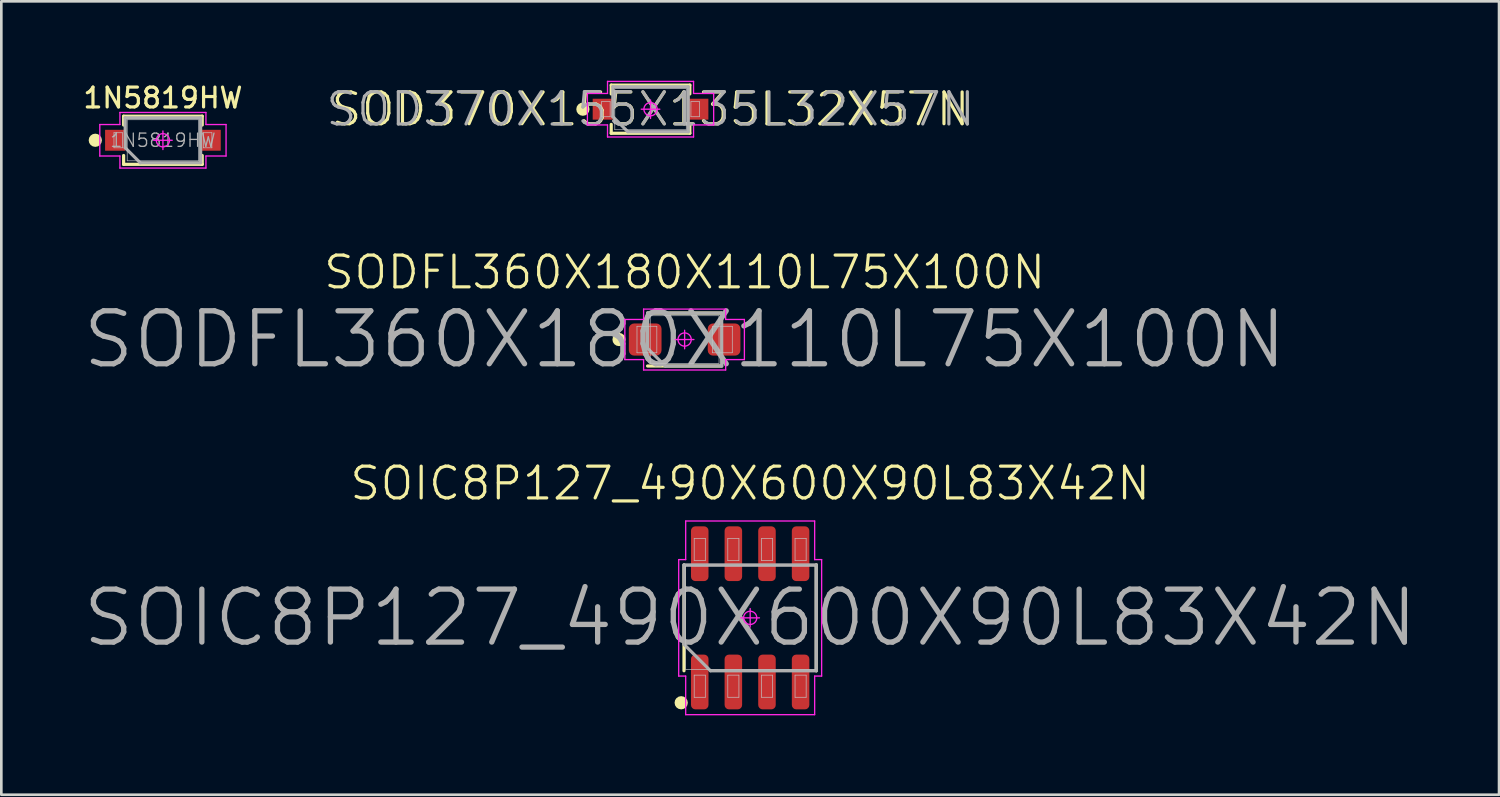
<source format=kicad_pcb>
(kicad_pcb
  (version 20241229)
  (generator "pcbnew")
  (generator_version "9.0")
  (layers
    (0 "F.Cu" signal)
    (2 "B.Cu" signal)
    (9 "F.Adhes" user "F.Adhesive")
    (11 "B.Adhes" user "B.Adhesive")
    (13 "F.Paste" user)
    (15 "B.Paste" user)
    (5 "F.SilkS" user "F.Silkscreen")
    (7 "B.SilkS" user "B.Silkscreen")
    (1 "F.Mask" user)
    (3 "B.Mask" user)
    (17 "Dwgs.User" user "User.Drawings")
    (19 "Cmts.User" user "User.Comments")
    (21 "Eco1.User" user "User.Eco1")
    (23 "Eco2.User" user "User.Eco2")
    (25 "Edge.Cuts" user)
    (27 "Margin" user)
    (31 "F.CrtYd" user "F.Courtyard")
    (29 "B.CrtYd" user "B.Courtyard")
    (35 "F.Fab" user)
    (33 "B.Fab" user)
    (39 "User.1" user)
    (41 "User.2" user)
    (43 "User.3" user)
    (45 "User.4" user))
  (footprint "SODFL360X180X110L75X100N"
    (layer "F.Cu")
    (at 22.814 9.777)
    (property "Reference" "SODFL360X180X110L75X100N" (at 0 -2.54 0) (layer "F.SilkS") (effects (font (size 1.2 1.2) (thickness 0.12))))
    (attr smd)
    (fp_line (start -1.4 -1) (end 1.4 -1) (stroke (width 0.12) (type solid)) (layer "F.SilkS"))
    (fp_line (start 1.4 1) (end -1.4 1) (stroke (width 0.12) (type solid)) (layer "F.SilkS"))
    (fp_circle (center -2.478 0) (end -2.478 0.125) (stroke (width 0.25) (type solid)) (fill no) (layer "F.SilkS"))
    (fp_line (start -1.8 -0.5) (end -1.05 -0.5) (stroke (width 0.025) (type solid)) (layer "Dwgs.User"))
    (fp_line (start -1.8 0.5) (end -1.8 -0.5) (stroke (width 0.025) (type solid)) (layer "Dwgs.User"))
    (fp_line (start -1.3 -0.9) (end 1.3 -0.9) (stroke (width 0.025) (type solid)) (layer "Dwgs.User"))
    (fp_line (start -1.3 0.9) (end -1.3 -0.9) (stroke (width 0.025) (type solid)) (layer "Dwgs.User"))
    (fp_line (start -1.05 -0.5) (end -1.05 0.5) (stroke (width 0.025) (type solid)) (layer "Dwgs.User"))
    (fp_line (start -1.05 0.5) (end -1.8 0.5) (stroke (width 0.025) (type solid)) (layer "Dwgs.User"))
    (fp_line (start 1.05 -0.5) (end 1.8 -0.5) (stroke (width 0.025) (type solid)) (layer "Dwgs.User"))
    (fp_line (start 1.05 0.5) (end 1.05 -0.5) (stroke (width 0.025) (type solid)) (layer "Dwgs.User"))
    (fp_line (start 1.3 -0.9) (end 1.3 0.9) (stroke (width 0.025) (type solid)) (layer "Dwgs.User"))
    (fp_line (start 1.3 0.9) (end -1.3 0.9) (stroke (width 0.025) (type solid)) (layer "Dwgs.User"))
    (fp_line (start 1.8 -0.5) (end 1.8 0.5) (stroke (width 0.025) (type solid)) (layer "Dwgs.User"))
    (fp_line (start 1.8 0.5) (end 1.05 0.5) (stroke (width 0.025) (type solid)) (layer "Dwgs.User"))
    (fp_line (start -2.258 -0.758) (end -2.258 0.758) (stroke (width 0.05) (type solid)) (layer "F.CrtYd"))
    (fp_line (start -2.258 0.758) (end -1.55 0.758) (stroke (width 0.05) (type solid)) (layer "F.CrtYd"))
    (fp_line (start -1.55 -1.15) (end -1.55 -0.758) (stroke (width 0.05) (type solid)) (layer "F.CrtYd"))
    (fp_line (start -1.55 -0.758) (end -2.258 -0.758) (stroke (width 0.05) (type solid)) (layer "F.CrtYd"))
    (fp_line (start -1.55 0.758) (end -1.55 1.15) (stroke (width 0.05) (type solid)) (layer "F.CrtYd"))
    (fp_line (start -1.55 1.15) (end 1.55 1.15) (stroke (width 0.05) (type solid)) (layer "F.CrtYd"))
    (fp_line (start 0 -0.35) (end 0 0.35) (stroke (width 0.05) (type solid)) (layer "F.CrtYd"))
    (fp_line (start 0.35 0) (end -0.35 0) (stroke (width 0.05) (type solid)) (layer "F.CrtYd"))
    (fp_line (start 1.55 -1.15) (end -1.55 -1.15) (stroke (width 0.05) (type solid)) (layer "F.CrtYd"))
    (fp_line (start 1.55 -0.758) (end 1.55 -1.15) (stroke (width 0.05) (type solid)) (layer "F.CrtYd"))
    (fp_line (start 1.55 0.758) (end 2.258 0.758) (stroke (width 0.05) (type solid)) (layer "F.CrtYd"))
    (fp_line (start 1.55 1.15) (end 1.55 0.758) (stroke (width 0.05) (type solid)) (layer "F.CrtYd"))
    (fp_line (start 2.258 -0.758) (end 1.55 -0.758) (stroke (width 0.05) (type solid)) (layer "F.CrtYd"))
    (fp_line (start 2.258 0.758) (end 2.258 -0.758) (stroke (width 0.05) (type solid)) (layer "F.CrtYd"))
    (fp_circle (center 0 0) (end 0 0.25) (stroke (width 0.05) (type solid)) (fill no) (layer "F.CrtYd"))
    (fp_line (start -1.4 -1) (end -1.4 0.333) (stroke (width 0.12) (type solid)) (layer "F.Fab"))
    (fp_line (start -1.4 0.333) (end -0.733 1) (stroke (width 0.12) (type solid)) (layer "F.Fab"))
    (fp_line (start -0.733 1) (end 1.4 1) (stroke (width 0.12) (type solid)) (layer "F.Fab"))
    (fp_line (start 1.4 -1) (end -1.4 -1) (stroke (width 0.12) (type solid)) (layer "F.Fab"))
    (fp_line (start 1.4 1) (end 1.4 -1) (stroke (width 0.12) (type solid)) (layer "F.Fab"))
    (fp_text user "${REFERENCE}" (at 0 0 0) (layer "F.Fab") (effects (font (size 2 2) (thickness 0.2))))
    (pad "A" smd roundrect (at 1.49 0) (size 1.235 1.215) (layers "F.Cu" "F.Mask" "F.Paste") (roundrect_rratio 0.165))
    (pad "C" smd roundrect (at -1.49 0) (size 1.235 1.215) (layers "F.Cu" "F.Mask" "F.Paste") (roundrect_rratio 0.165)))
  (footprint "SOD370X155X135L32X57N"
    (layer "F.Cu")
    (at 21.526 1.075)
    (property "Reference" "SOD370X155X135L32X57N" (at 0 0 0) (layer "F.SilkS") (effects (font (size 1.2 1.2) (thickness 0.12))))
    (attr smd)
    (fp_line (start -1.485 -0.91) (end -1.485 -0.575) (stroke (width 0.12) (type solid)) (layer "F.SilkS"))
    (fp_line (start -1.485 0.91) (end -1.485 0.575) (stroke (width 0.12) (type solid)) (layer "F.SilkS"))
    (fp_line (start 1.485 -0.91) (end -1.485 -0.91) (stroke (width 0.12) (type solid)) (layer "F.SilkS"))
    (fp_line (start 1.485 -0.575) (end 1.485 -0.91) (stroke (width 0.12) (type solid)) (layer "F.SilkS"))
    (fp_line (start 1.485 0.575) (end 1.485 0.91) (stroke (width 0.12) (type solid)) (layer "F.SilkS"))
    (fp_line (start 1.485 0.91) (end -1.485 0.91) (stroke (width 0.12) (type solid)) (layer "F.SilkS"))
    (fp_circle (center -2.555 0) (end -2.555 0.125) (stroke (width 0.25) (type solid)) (fill no) (layer "F.SilkS"))
    (fp_line (start -1.85 -0.285) (end -1.526 -0.285) (stroke (width 0.025) (type solid)) (layer "Dwgs.User"))
    (fp_line (start -1.85 0.285) (end -1.85 -0.285) (stroke (width 0.025) (type solid)) (layer "Dwgs.User"))
    (fp_line (start -1.526 -0.285) (end -1.526 0.285) (stroke (width 0.025) (type solid)) (layer "Dwgs.User"))
    (fp_line (start -1.526 0.285) (end -1.85 0.285) (stroke (width 0.025) (type solid)) (layer "Dwgs.User"))
    (fp_line (start -1.35 -0.775) (end 1.35 -0.775) (stroke (width 0.025) (type solid)) (layer "Dwgs.User"))
    (fp_line (start -1.35 0.775) (end -1.35 -0.775) (stroke (width 0.025) (type solid)) (layer "Dwgs.User"))
    (fp_line (start 1.35 -0.775) (end 1.35 0.775) (stroke (width 0.025) (type solid)) (layer "Dwgs.User"))
    (fp_line (start 1.35 0.775) (end -1.35 0.775) (stroke (width 0.025) (type solid)) (layer "Dwgs.User"))
    (fp_line (start 1.526 -0.285) (end 1.85 -0.285) (stroke (width 0.025) (type solid)) (layer "Dwgs.User"))
    (fp_line (start 1.526 0.285) (end 1.526 -0.285) (stroke (width 0.025) (type solid)) (layer "Dwgs.User"))
    (fp_line (start 1.85 -0.285) (end 1.85 0.285) (stroke (width 0.025) (type solid)) (layer "Dwgs.User"))
    (fp_line (start 1.85 0.285) (end 1.526 0.285) (stroke (width 0.025) (type solid)) (layer "Dwgs.User"))
    (fp_line (start -2.385 -0.595) (end -2.385 0.595) (stroke (width 0.05) (type solid)) (layer "F.CrtYd"))
    (fp_line (start -2.385 0.595) (end -1.625 0.595) (stroke (width 0.05) (type solid)) (layer "F.CrtYd"))
    (fp_line (start -1.625 -1.05) (end -1.625 -0.595) (stroke (width 0.05) (type solid)) (layer "F.CrtYd"))
    (fp_line (start -1.625 -0.595) (end -2.385 -0.595) (stroke (width 0.05) (type solid)) (layer "F.CrtYd"))
    (fp_line (start -1.625 0.595) (end -1.625 1.05) (stroke (width 0.05) (type solid)) (layer "F.CrtYd"))
    (fp_line (start -1.625 1.05) (end 1.625 1.05) (stroke (width 0.05) (type solid)) (layer "F.CrtYd"))
    (fp_line (start 0 -0.35) (end 0 0.35) (stroke (width 0.05) (type solid)) (layer "F.CrtYd"))
    (fp_line (start 0.35 0) (end -0.35 0) (stroke (width 0.05) (type solid)) (layer "F.CrtYd"))
    (fp_line (start 1.625 -1.05) (end -1.625 -1.05) (stroke (width 0.05) (type solid)) (layer "F.CrtYd"))
    (fp_line (start 1.625 -0.595) (end 1.625 -1.05) (stroke (width 0.05) (type solid)) (layer "F.CrtYd"))
    (fp_line (start 1.625 0.595) (end 2.385 0.595) (stroke (width 0.05) (type solid)) (layer "F.CrtYd"))
    (fp_line (start 1.625 1.05) (end 1.625 0.595) (stroke (width 0.05) (type solid)) (layer "F.CrtYd"))
    (fp_line (start 2.385 -0.595) (end 1.625 -0.595) (stroke (width 0.05) (type solid)) (layer "F.CrtYd"))
    (fp_line (start 2.385 0.595) (end 2.385 -0.595) (stroke (width 0.05) (type solid)) (layer "F.CrtYd"))
    (fp_circle (center 0 0) (end 0 0.25) (stroke (width 0.05) (type solid)) (fill no) (layer "F.CrtYd"))
    (fp_line (start -1.425 -0.85) (end -1.425 0.283) (stroke (width 0.12) (type solid)) (layer "F.Fab"))
    (fp_line (start -1.425 0.283) (end -0.858 0.85) (stroke (width 0.12) (type solid)) (layer "F.Fab"))
    (fp_line (start -0.858 0.85) (end 1.425 0.85) (stroke (width 0.12) (type solid)) (layer "F.Fab"))
    (fp_line (start 1.425 -0.85) (end -1.425 -0.85) (stroke (width 0.12) (type solid)) (layer "F.Fab"))
    (fp_line (start 1.425 0.85) (end 1.425 -0.85) (stroke (width 0.12) (type solid)) (layer "F.Fab"))
    (fp_text user "${REFERENCE}" (at 0 0 0) (layer "F.Fab") (effects (font (size 1.22 1.22) (thickness 0.12))))
    (pad "A" smd rect (at 1.805 0) (size 0.76 0.79) (layers "F.Cu" "F.Mask" "F.Paste"))
    (pad "C" smd rect (at -1.805 0) (size 0.76 0.79) (layers "F.Cu" "F.Mask" "F.Paste")))
  (footprint "1N5819HW"
    (layer "F.Cu")
    (at 3.105 2.249)
    (property "Reference" "1N5819HW" (at 0 -1.6 0) (layer "F.SilkS") (effects (font (size 0.75 0.75) (thickness 0.12))))
    (attr smd)
    (fp_line (start -1.485 -0.91) (end -1.485 -0.575) (stroke (width 0.12) (type solid)) (layer "F.SilkS"))
    (fp_line (start -1.485 0.91) (end -1.485 0.575) (stroke (width 0.12) (type solid)) (layer "F.SilkS"))
    (fp_line (start 1.485 -0.91) (end -1.485 -0.91) (stroke (width 0.12) (type solid)) (layer "F.SilkS"))
    (fp_line (start 1.485 -0.575) (end 1.485 -0.91) (stroke (width 0.12) (type solid)) (layer "F.SilkS"))
    (fp_line (start 1.485 0.575) (end 1.485 0.91) (stroke (width 0.12) (type solid)) (layer "F.SilkS"))
    (fp_line (start 1.485 0.91) (end -1.485 0.91) (stroke (width 0.12) (type solid)) (layer "F.SilkS"))
    (fp_circle (center -2.555 0) (end -2.555 0.125) (stroke (width 0.25) (type solid)) (fill no) (layer "F.SilkS"))
    (fp_line (start -1.85 -0.285) (end -1.526 -0.285) (stroke (width 0.025) (type solid)) (layer "Dwgs.User"))
    (fp_line (start -1.85 0.285) (end -1.85 -0.285) (stroke (width 0.025) (type solid)) (layer "Dwgs.User"))
    (fp_line (start -1.526 -0.285) (end -1.526 0.285) (stroke (width 0.025) (type solid)) (layer "Dwgs.User"))
    (fp_line (start -1.526 0.285) (end -1.85 0.285) (stroke (width 0.025) (type solid)) (layer "Dwgs.User"))
    (fp_line (start -1.35 -0.775) (end 1.35 -0.775) (stroke (width 0.025) (type solid)) (layer "Dwgs.User"))
    (fp_line (start -1.35 0.775) (end -1.35 -0.775) (stroke (width 0.025) (type solid)) (layer "Dwgs.User"))
    (fp_line (start 1.35 -0.775) (end 1.35 0.775) (stroke (width 0.025) (type solid)) (layer "Dwgs.User"))
    (fp_line (start 1.35 0.775) (end -1.35 0.775) (stroke (width 0.025) (type solid)) (layer "Dwgs.User"))
    (fp_line (start 1.526 -0.285) (end 1.85 -0.285) (stroke (width 0.025) (type solid)) (layer "Dwgs.User"))
    (fp_line (start 1.526 0.285) (end 1.526 -0.285) (stroke (width 0.025) (type solid)) (layer "Dwgs.User"))
    (fp_line (start 1.85 -0.285) (end 1.85 0.285) (stroke (width 0.025) (type solid)) (layer "Dwgs.User"))
    (fp_line (start 1.85 0.285) (end 1.526 0.285) (stroke (width 0.025) (type solid)) (layer "Dwgs.User"))
    (fp_line (start -2.385 -0.595) (end -2.385 0.595) (stroke (width 0.05) (type solid)) (layer "F.CrtYd"))
    (fp_line (start -2.385 0.595) (end -1.625 0.595) (stroke (width 0.05) (type solid)) (layer "F.CrtYd"))
    (fp_line (start -1.625 -1.05) (end -1.625 -0.595) (stroke (width 0.05) (type solid)) (layer "F.CrtYd"))
    (fp_line (start -1.625 -0.595) (end -2.385 -0.595) (stroke (width 0.05) (type solid)) (layer "F.CrtYd"))
    (fp_line (start -1.625 0.595) (end -1.625 1.05) (stroke (width 0.05) (type solid)) (layer "F.CrtYd"))
    (fp_line (start -1.625 1.05) (end 1.625 1.05) (stroke (width 0.05) (type solid)) (layer "F.CrtYd"))
    (fp_line (start 0 -0.35) (end 0 0.35) (stroke (width 0.05) (type solid)) (layer "F.CrtYd"))
    (fp_line (start 0.35 0) (end -0.35 0) (stroke (width 0.05) (type solid)) (layer "F.CrtYd"))
    (fp_line (start 1.625 -1.05) (end -1.625 -1.05) (stroke (width 0.05) (type solid)) (layer "F.CrtYd"))
    (fp_line (start 1.625 -0.595) (end 1.625 -1.05) (stroke (width 0.05) (type solid)) (layer "F.CrtYd"))
    (fp_line (start 1.625 0.595) (end 2.385 0.595) (stroke (width 0.05) (type solid)) (layer "F.CrtYd"))
    (fp_line (start 1.625 1.05) (end 1.625 0.595) (stroke (width 0.05) (type solid)) (layer "F.CrtYd"))
    (fp_line (start 2.385 -0.595) (end 1.625 -0.595) (stroke (width 0.05) (type solid)) (layer "F.CrtYd"))
    (fp_line (start 2.385 0.595) (end 2.385 -0.595) (stroke (width 0.05) (type solid)) (layer "F.CrtYd"))
    (fp_circle (center 0 0) (end 0 0.25) (stroke (width 0.05) (type solid)) (fill no) (layer "F.CrtYd"))
    (fp_line (start -1.425 -0.85) (end -1.425 0.283) (stroke (width 0.12) (type solid)) (layer "F.Fab"))
    (fp_line (start -1.425 0.283) (end -0.858 0.85) (stroke (width 0.12) (type solid)) (layer "F.Fab"))
    (fp_line (start -0.858 0.85) (end 1.425 0.85) (stroke (width 0.12) (type solid)) (layer "F.Fab"))
    (fp_line (start 1.425 -0.85) (end -1.425 -0.85) (stroke (width 0.12) (type solid)) (layer "F.Fab"))
    (fp_line (start 1.425 0.85) (end 1.425 -0.85) (stroke (width 0.12) (type solid)) (layer "F.Fab"))
    (fp_text user "${REFERENCE}" (at 0 0 0) (layer "F.Fab") (effects (font (size 0.5 0.5) (thickness 0.05))))
    (pad "1" smd rect (at -1.805 0) (size 0.76 0.79) (layers "F.Cu" "F.Mask" "F.Paste"))
    (pad "2" smd rect (at 1.805 0) (size 0.76 0.79) (layers "F.Cu" "F.Mask" "F.Paste")))
  (footprint "SOIC8P127_490X600X90L83X42N"
    (layer "F.Cu")
    (at 25.29 20.291)
    (property "Reference" "SOIC8P127_490X600X90L83X42N" (at 0 -5.08 0) (layer "F.SilkS") (effects (font (size 1.2 1.2) (thickness 0.12))))
    (attr smd)
    (fp_line (start -2.5 2) (end -2.5 -2) (stroke (width 0.12) (type solid)) (layer "F.SilkS"))
    (fp_line (start 2.5 2) (end 2.5 -2) (stroke (width 0.12) (type solid)) (layer "F.SilkS"))
    (fp_circle (center -2.606 3.208) (end -2.606 3.333) (stroke (width 0.25) (type solid)) (fill no) (layer "F.SilkS"))
    (fp_line (start -2.45 -1.95) (end 2.45 -1.95) (stroke (width 0.025) (type solid)) (layer "Dwgs.User"))
    (fp_line (start -2.45 1.95) (end -2.45 -1.95) (stroke (width 0.025) (type solid)) (layer "Dwgs.User"))
    (fp_line (start -2.115 -3) (end -1.695 -3) (stroke (width 0.025) (type solid)) (layer "Dwgs.User"))
    (fp_line (start -2.115 -2.164) (end -2.115 -3) (stroke (width 0.025) (type solid)) (layer "Dwgs.User"))
    (fp_line (start -2.115 2.164) (end -1.695 2.164) (stroke (width 0.025) (type solid)) (layer "Dwgs.User"))
    (fp_line (start -2.115 3) (end -2.115 2.164) (stroke (width 0.025) (type solid)) (layer "Dwgs.User"))
    (fp_line (start -1.695 -3) (end -1.695 -2.164) (stroke (width 0.025) (type solid)) (layer "Dwgs.User"))
    (fp_line (start -1.695 -2.164) (end -2.115 -2.164) (stroke (width 0.025) (type solid)) (layer "Dwgs.User"))
    (fp_line (start -1.695 2.164) (end -1.695 3) (stroke (width 0.025) (type solid)) (layer "Dwgs.User"))
    (fp_line (start -1.695 3) (end -2.115 3) (stroke (width 0.025) (type solid)) (layer "Dwgs.User"))
    (fp_line (start -0.845 -3) (end -0.425 -3) (stroke (width 0.025) (type solid)) (layer "Dwgs.User"))
    (fp_line (start -0.845 -2.164) (end -0.845 -3) (stroke (width 0.025) (type solid)) (layer "Dwgs.User"))
    (fp_line (start -0.845 2.164) (end -0.425 2.164) (stroke (width 0.025) (type solid)) (layer "Dwgs.User"))
    (fp_line (start -0.845 3) (end -0.845 2.164) (stroke (width 0.025) (type solid)) (layer "Dwgs.User"))
    (fp_line (start -0.425 -3) (end -0.425 -2.164) (stroke (width 0.025) (type solid)) (layer "Dwgs.User"))
    (fp_line (start -0.425 -2.164) (end -0.845 -2.164) (stroke (width 0.025) (type solid)) (layer "Dwgs.User"))
    (fp_line (start -0.425 2.164) (end -0.425 3) (stroke (width 0.025) (type solid)) (layer "Dwgs.User"))
    (fp_line (start -0.425 3) (end -0.845 3) (stroke (width 0.025) (type solid)) (layer "Dwgs.User"))
    (fp_line (start 0.425 -3) (end 0.845 -3) (stroke (width 0.025) (type solid)) (layer "Dwgs.User"))
    (fp_line (start 0.425 -2.164) (end 0.425 -3) (stroke (width 0.025) (type solid)) (layer "Dwgs.User"))
    (fp_line (start 0.425 2.164) (end 0.845 2.164) (stroke (width 0.025) (type solid)) (layer "Dwgs.User"))
    (fp_line (start 0.425 3) (end 0.425 2.164) (stroke (width 0.025) (type solid)) (layer "Dwgs.User"))
    (fp_line (start 0.845 -3) (end 0.845 -2.164) (stroke (width 0.025) (type solid)) (layer "Dwgs.User"))
    (fp_line (start 0.845 -2.164) (end 0.425 -2.164) (stroke (width 0.025) (type solid)) (layer "Dwgs.User"))
    (fp_line (start 0.845 2.164) (end 0.845 3) (stroke (width 0.025) (type solid)) (layer "Dwgs.User"))
    (fp_line (start 0.845 3) (end 0.425 3) (stroke (width 0.025) (type solid)) (layer "Dwgs.User"))
    (fp_line (start 1.695 -3.001) (end 2.115 -3.001) (stroke (width 0.025) (type solid)) (layer "Dwgs.User"))
    (fp_line (start 1.695 -2.165) (end 1.695 -3.001) (stroke (width 0.025) (type solid)) (layer "Dwgs.User"))
    (fp_line (start 1.695 2.165) (end 2.115 2.165) (stroke (width 0.025) (type solid)) (layer "Dwgs.User"))
    (fp_line (start 1.695 3.001) (end 1.695 2.165) (stroke (width 0.025) (type solid)) (layer "Dwgs.User"))
    (fp_line (start 2.115 -3.001) (end 2.115 -2.165) (stroke (width 0.025) (type solid)) (layer "Dwgs.User"))
    (fp_line (start 2.115 -2.165) (end 1.695 -2.165) (stroke (width 0.025) (type solid)) (layer "Dwgs.User"))
    (fp_line (start 2.115 2.165) (end 2.115 3.001) (stroke (width 0.025) (type solid)) (layer "Dwgs.User"))
    (fp_line (start 2.115 3.001) (end 1.695 3.001) (stroke (width 0.025) (type solid)) (layer "Dwgs.User"))
    (fp_line (start 2.45 -1.95) (end 2.45 1.95) (stroke (width 0.025) (type solid)) (layer "Dwgs.User"))
    (fp_line (start 2.45 1.95) (end -2.45 1.95) (stroke (width 0.025) (type solid)) (layer "Dwgs.User"))
    (fp_line (start -2.7 -2.2) (end -2.7 2.2) (stroke (width 0.05) (type solid)) (layer "F.CrtYd"))
    (fp_line (start -2.7 2.2) (end -2.436 2.2) (stroke (width 0.05) (type solid)) (layer "F.CrtYd"))
    (fp_line (start -2.436 -3.658) (end -2.436 -2.2) (stroke (width 0.05) (type solid)) (layer "F.CrtYd"))
    (fp_line (start -2.436 -2.2) (end -2.7 -2.2) (stroke (width 0.05) (type solid)) (layer "F.CrtYd"))
    (fp_line (start -2.436 2.2) (end -2.436 3.658) (stroke (width 0.05) (type solid)) (layer "F.CrtYd"))
    (fp_line (start -2.436 3.658) (end 2.436 3.658) (stroke (width 0.05) (type solid)) (layer "F.CrtYd"))
    (fp_line (start -0.35 0) (end 0.35 0) (stroke (width 0.05) (type solid)) (layer "F.CrtYd"))
    (fp_line (start 0 -0.35) (end 0 0.35) (stroke (width 0.05) (type solid)) (layer "F.CrtYd"))
    (fp_line (start 2.436 -3.658) (end -2.436 -3.658) (stroke (width 0.05) (type solid)) (layer "F.CrtYd"))
    (fp_line (start 2.436 -2.2) (end 2.436 -3.658) (stroke (width 0.05) (type solid)) (layer "F.CrtYd"))
    (fp_line (start 2.436 2.2) (end 2.7 2.2) (stroke (width 0.05) (type solid)) (layer "F.CrtYd"))
    (fp_line (start 2.436 3.658) (end 2.436 2.2) (stroke (width 0.05) (type solid)) (layer "F.CrtYd"))
    (fp_line (start 2.7 -2.2) (end 2.436 -2.2) (stroke (width 0.05) (type solid)) (layer "F.CrtYd"))
    (fp_line (start 2.7 2.2) (end 2.7 -2.2) (stroke (width 0.05) (type solid)) (layer "F.CrtYd"))
    (fp_circle (center 0 0) (end 0 0.25) (stroke (width 0.05) (type solid)) (fill no) (layer "F.CrtYd"))
    (fp_line (start -2.5 -2) (end 2.5 -2) (stroke (width 0.12) (type solid)) (layer "F.Fab"))
    (fp_line (start -2.5 1) (end -2.5 -2) (stroke (width 0.12) (type solid)) (layer "F.Fab"))
    (fp_line (start -1.5 2) (end -2.5 1) (stroke (width 0.12) (type solid)) (layer "F.Fab"))
    (fp_line (start 2.5 -2) (end 2.5 2) (stroke (width 0.12) (type solid)) (layer "F.Fab"))
    (fp_line (start 2.5 2) (end -1.5 2) (stroke (width 0.12) (type solid)) (layer "F.Fab"))
    (fp_text user "${REFERENCE}" (at 0 0 0) (layer "F.Fab") (effects (font (size 2 2) (thickness 0.2))))
    (pad "1" smd roundrect (at -1.905 2.423 90) (size 2.069 0.662) (layers "F.Cu" "F.Mask" "F.Paste") (roundrect_rratio 0.251))
    (pad "2" smd roundrect (at -0.635 2.423 90) (size 2.069 0.662) (layers "F.Cu" "F.Mask" "F.Paste") (roundrect_rratio 0.251))
    (pad "3" smd roundrect (at 0.635 2.423 90) (size 2.069 0.662) (layers "F.Cu" "F.Mask" "F.Paste") (roundrect_rratio 0.251))
    (pad "4" smd roundrect (at 1.905 2.423 90) (size 2.069 0.662) (layers "F.Cu" "F.Mask" "F.Paste") (roundrect_rratio 0.251))
    (pad "5" smd roundrect (at 1.905 -2.423 90) (size 2.069 0.662) (layers "F.Cu" "F.Mask" "F.Paste") (roundrect_rratio 0.251))
    (pad "6" smd roundrect (at 0.635 -2.423 90) (size 2.069 0.662) (layers "F.Cu" "F.Mask" "F.Paste") (roundrect_rratio 0.251))
    (pad "7" smd roundrect (at -0.635 -2.423 90) (size 2.069 0.662) (layers "F.Cu" "F.Mask" "F.Paste") (roundrect_rratio 0.251))
    (pad "8" smd roundrect (at -1.905 -2.423 90) (size 2.069 0.662) (layers "F.Cu" "F.Mask" "F.Paste") (roundrect_rratio 0.251)))
  (gr_rect
    (start -3 -3)
    (end 53.581 26.974)
    (stroke (width 0.1) (type default))
    (fill no)
    (layer "Edge.Cuts")))
</source>
